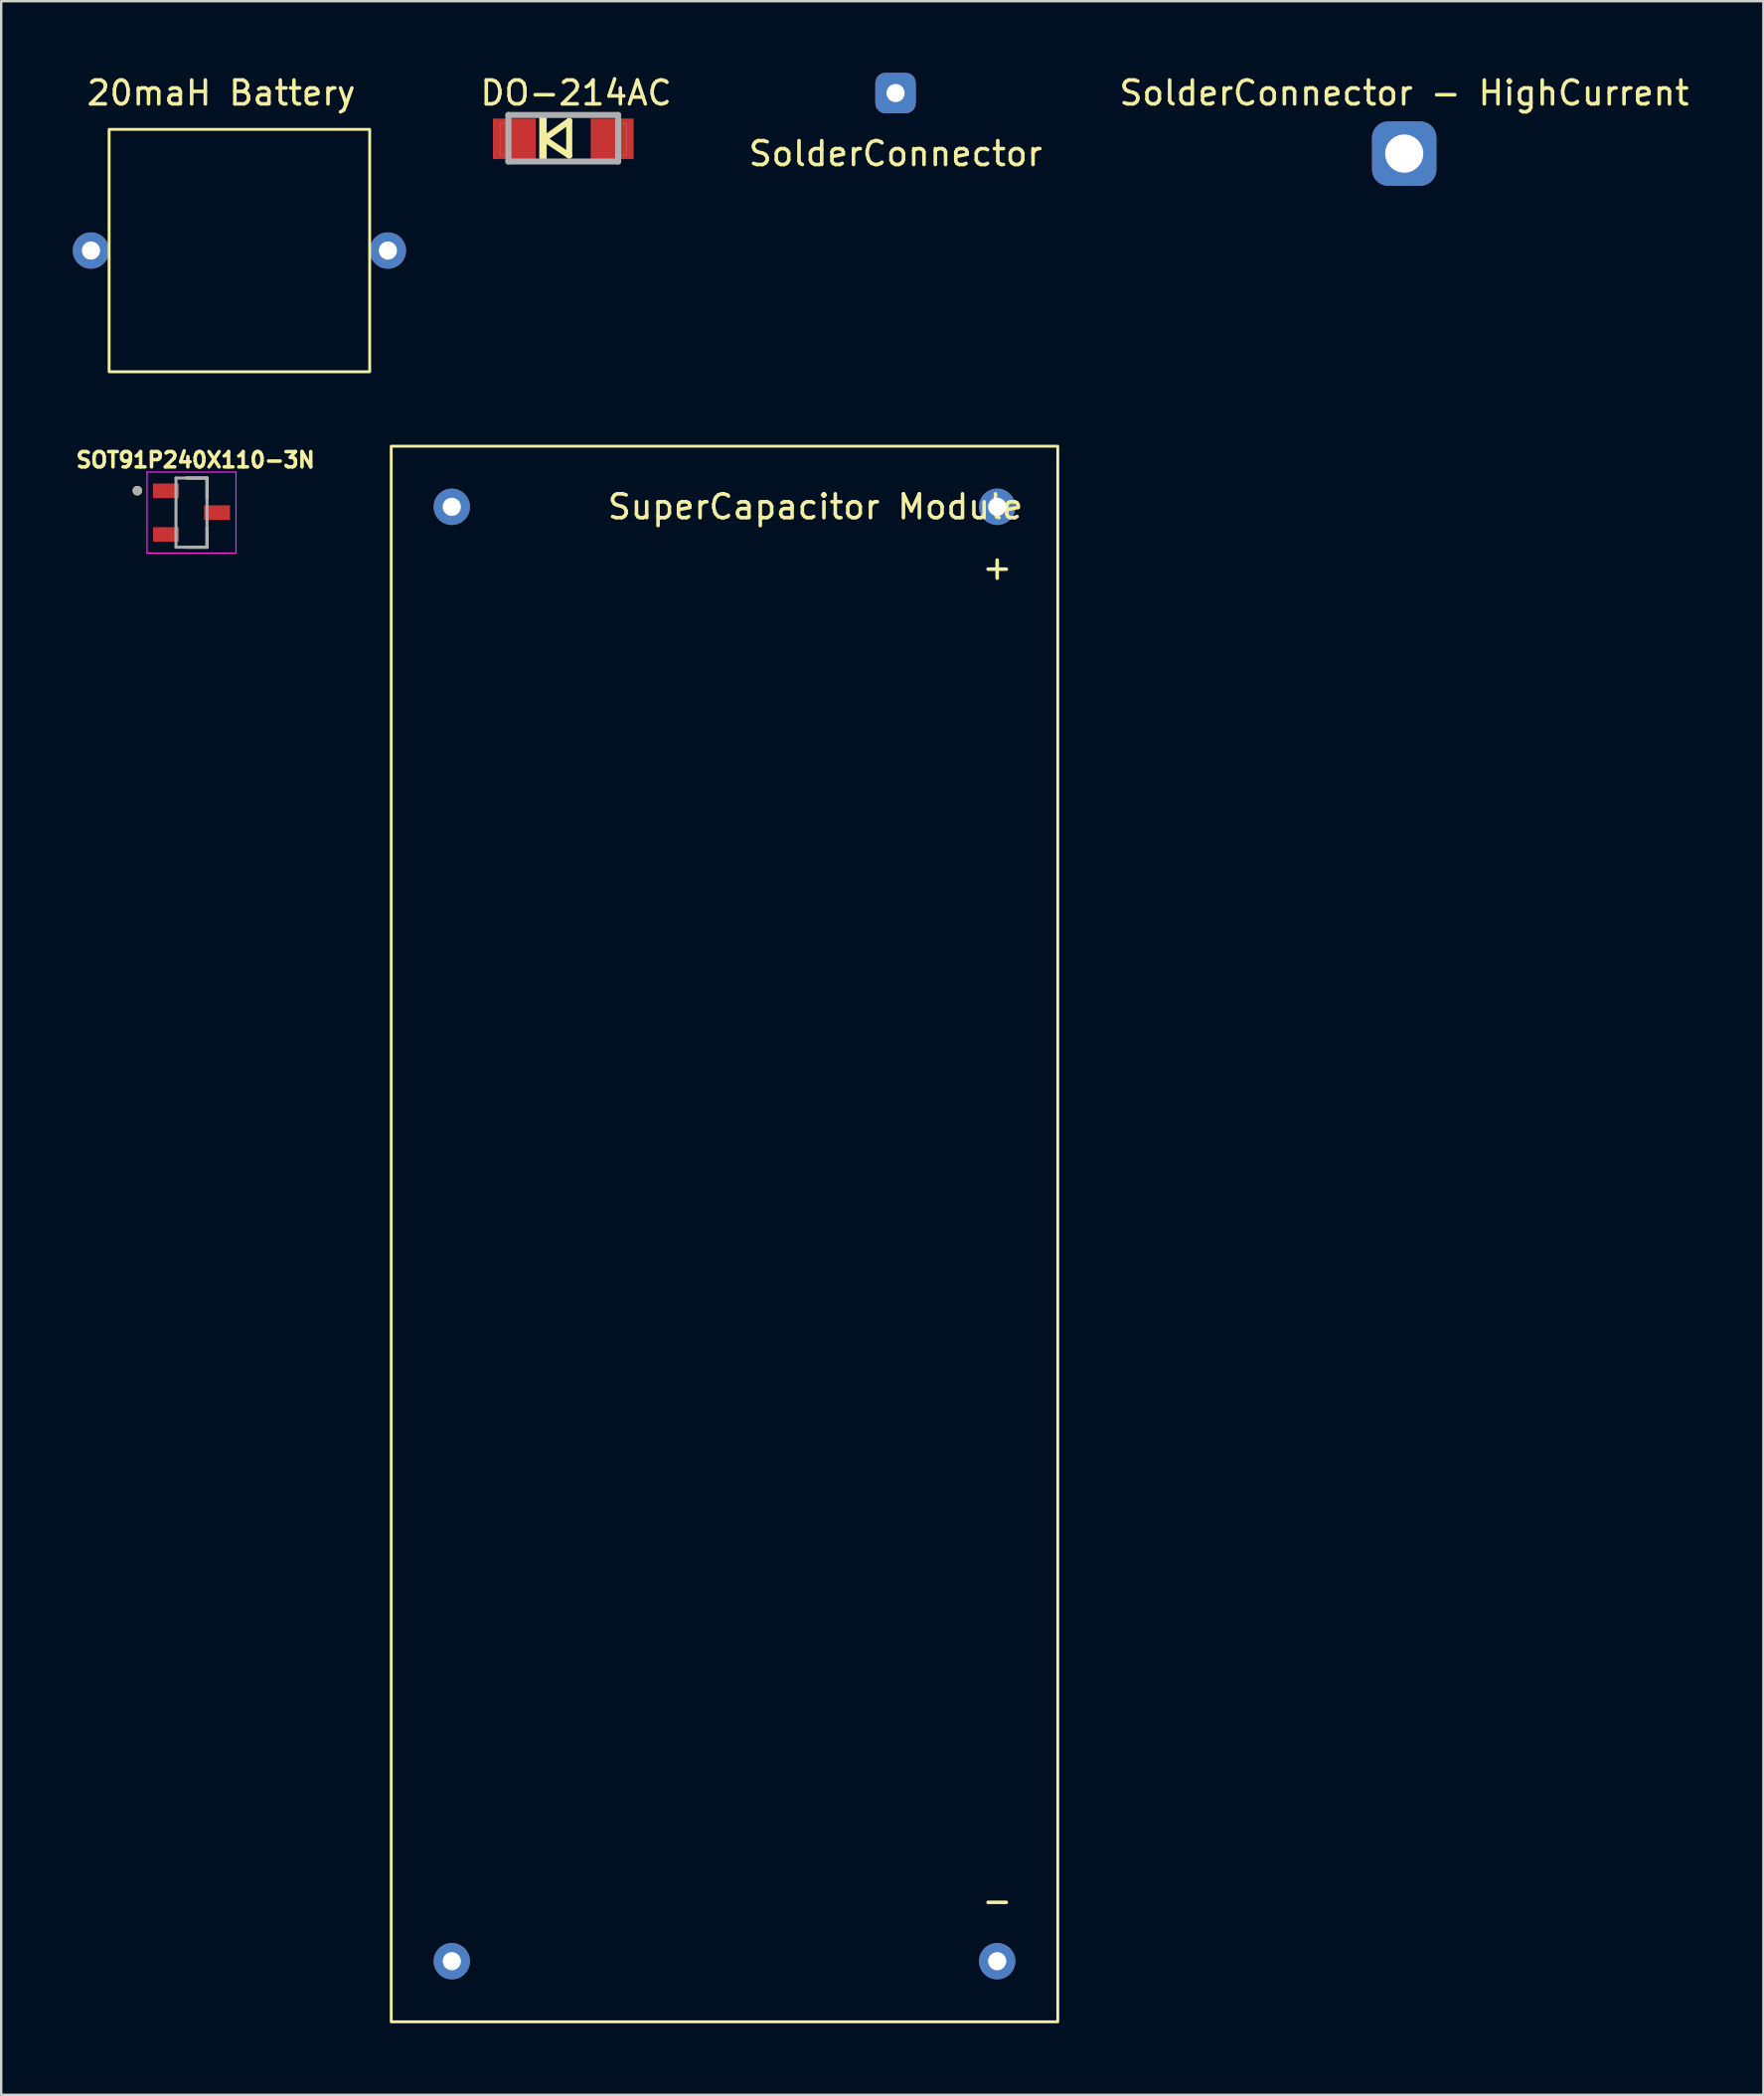
<source format=kicad_pcb>
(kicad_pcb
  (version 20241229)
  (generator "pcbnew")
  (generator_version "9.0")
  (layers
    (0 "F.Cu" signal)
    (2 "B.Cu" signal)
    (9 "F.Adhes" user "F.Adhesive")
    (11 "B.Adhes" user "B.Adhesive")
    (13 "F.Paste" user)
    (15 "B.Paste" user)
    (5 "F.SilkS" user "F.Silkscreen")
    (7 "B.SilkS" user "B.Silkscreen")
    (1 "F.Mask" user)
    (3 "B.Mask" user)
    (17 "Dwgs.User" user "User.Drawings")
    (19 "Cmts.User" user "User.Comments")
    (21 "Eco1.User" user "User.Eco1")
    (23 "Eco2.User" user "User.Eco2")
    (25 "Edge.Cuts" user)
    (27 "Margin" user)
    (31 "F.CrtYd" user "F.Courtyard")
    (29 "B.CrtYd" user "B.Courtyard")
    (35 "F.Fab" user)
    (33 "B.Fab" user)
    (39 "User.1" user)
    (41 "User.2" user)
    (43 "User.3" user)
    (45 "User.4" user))
  (footprint "SOT91P240X110-3N"
    (layer "F.Cu")
    (at 4.977 18.436)
    (property "Reference" "SOT91P240X110-3N" (at 0.167 -2.206 0) (layer "F.SilkS") (effects (font (size 0.64 0.64) (thickness 0.15))))
    (attr through_hole)
    (fp_line (start -0.205 1.45) (end 0.65 1.45) (stroke (width 0.127) (type solid)) (layer "F.SilkS"))
    (fp_line (start 0.65 -1.45) (end -0.205 -1.45) (stroke (width 0.127) (type solid)) (layer "F.SilkS"))
    (fp_line (start 0.65 -0.625) (end 0.65 -1.45) (stroke (width 0.127) (type solid)) (layer "F.SilkS"))
    (fp_line (start 0.65 1.45) (end 0.65 0.625) (stroke (width 0.127) (type solid)) (layer "F.SilkS"))
    (fp_circle (center -2.27 -0.92) (end -2.17 -0.92) (stroke (width 0.2) (type solid)) (fill no) (layer "F.SilkS"))
    (fp_line (start -1.865 -1.7) (end -1.865 1.7) (stroke (width 0.05) (type solid)) (layer "F.CrtYd"))
    (fp_line (start -1.865 1.7) (end 1.865 1.7) (stroke (width 0.05) (type solid)) (layer "F.CrtYd"))
    (fp_line (start 1.865 -1.7) (end -1.865 -1.7) (stroke (width 0.05) (type solid)) (layer "F.CrtYd"))
    (fp_line (start 1.865 1.7) (end 1.865 -1.7) (stroke (width 0.05) (type solid)) (layer "F.CrtYd"))
    (fp_line (start -0.65 -1.45) (end -0.65 1.45) (stroke (width 0.127) (type solid)) (layer "F.Fab"))
    (fp_line (start -0.65 1.45) (end 0.65 1.45) (stroke (width 0.127) (type solid)) (layer "F.Fab"))
    (fp_line (start 0.65 -1.45) (end -0.65 -1.45) (stroke (width 0.127) (type solid)) (layer "F.Fab"))
    (fp_line (start 0.65 1.45) (end 0.65 -1.45) (stroke (width 0.127) (type solid)) (layer "F.Fab"))
    (fp_circle (center -2.27 -0.92) (end -2.17 -0.92) (stroke (width 0.2) (type solid)) (fill no) (layer "F.Fab"))
    (pad "1" smd rect (at -1.07 -0.915) (size 1.09 0.61) (layers "F.Cu" "F.Mask" "F.Paste"))
    (pad "2" smd rect (at -1.07 0.915) (size 1.09 0.61) (layers "F.Cu" "F.Mask" "F.Paste"))
    (pad "3" smd rect (at 1.07 0) (size 1.09 0.61) (layers "F.Cu" "F.Mask" "F.Paste")))
  (footprint "SolderConnector - HighCurrent"
    (layer "F.Cu")
    (at 55.809 3.388)
    (property "Reference" "SolderConnector - HighCurrent" (at 0 -2.54 0) (unlocked yes) (layer "F.SilkS") (effects (font (size 1 1) (thickness 0.15))))
    (attr through_hole)
    (pad "1" thru_hole roundrect (at 0 0) (size 2.7 2.7) (drill 1.6) (layers "*.Cu" "*.Mask") (roundrect_rratio 0.25)))
  (footprint "SuperCapacitor Module"
    (layer "F.Cu")
    (at 28.588 35.972)
    (property "Reference" "SuperCapacitor Module" (at 2.54 -17.78 0) (unlocked yes) (layer "F.SilkS") (effects (font (size 1 1) (thickness 0.15))))
    (attr through_hole)
    (fp_rect (start -15.24 -20.32) (end 12.7 45.72) (stroke (width 0.12) (type solid)) (fill no) (layer "F.SilkS"))
    (fp_text user "+" (at 10.16 -15.24 0) (unlocked yes) (layer "F.SilkS") (effects (font (size 1 1) (thickness 0.15))))
    (fp_text user "-" (at 10.16 40.64 0) (unlocked yes) (layer "F.SilkS") (effects (font (size 1 1) (thickness 0.15))))
    (pad "1" thru_hole circle (at 10.16 -17.78) (size 1.524 1.524) (drill 0.762) (layers "*.Cu" "*.Mask"))
    (pad "2" thru_hole circle (at 10.16 43.18) (size 1.524 1.524) (drill 0.762) (layers "*.Cu" "*.Mask"))
    (pad "3" thru_hole circle (at -12.7 43.18) (size 1.524 1.524) (drill 0.762) (layers "*.Cu" "*.Mask"))
    (pad "4" thru_hole circle (at -12.7 -17.78) (size 1.524 1.524) (drill 0.762) (layers "*.Cu" "*.Mask")))
  (footprint "DO-214AC"
    (layer "F.Cu")
    (at 20.56 2.769)
    (property "Reference" "DO-214AC" (at 0.535 -1.921 0) (layer "F.SilkS") (effects (font (size 1 1) (thickness 0.15))))
    (attr through_hole)
    (fp_line (start -0.8 0) (end 0.25 -0.75) (stroke (width 0.254) (type solid)) (layer "F.SilkS"))
    (fp_line (start 0.25 -0.75) (end 0.25 0.7) (stroke (width 0.254) (type solid)) (layer "F.SilkS"))
    (fp_line (start 0.25 0.7) (end -0.8 0) (stroke (width 0.254) (type solid)) (layer "F.SilkS"))
    (fp_poly (pts (xy -1 -1.05) (xy -0.7 -1.05) (xy -0.7 1.05) (xy -1 1.05)) (stroke (width 0.01) (type solid)) (fill yes) (layer "F.SilkS"))
    (fp_line (start -2.3 -1) (end 2.3 -1) (stroke (width 0.254) (type solid)) (layer "F.Fab"))
    (fp_line (start -2.3 0.95) (end -2.3 -1) (stroke (width 0.254) (type solid)) (layer "F.Fab"))
    (fp_line (start 2.3 -1) (end 2.3 0.95) (stroke (width 0.254) (type solid)) (layer "F.Fab"))
    (fp_line (start 2.3 0.95) (end -2.3 0.95) (stroke (width 0.254) (type solid)) (layer "F.Fab"))
    (fp_poly (pts (xy -2.65 -0.65) (xy -2.4 -0.65) (xy -2.4 0.7) (xy -2.65 0.7)) (stroke (width 0.01) (type solid)) (fill no) (layer "F.Fab"))
    (fp_poly (pts (xy 2.4 -0.65) (xy 2.65 -0.65) (xy 2.65 0.7) (xy 2.4 0.7)) (stroke (width 0.01) (type solid)) (fill no) (layer "F.Fab"))
    (pad "1" smd rect (at -2.05 0) (size 1.8 1.7) (layers "F.Cu" "F.Mask" "F.Paste"))
    (pad "2" smd rect (at 2.05 0) (size 1.8 1.7) (layers "F.Cu" "F.Mask" "F.Paste")))
  (footprint "20maH Battery"
    (layer "F.Cu")
    (at 5.842 7.452)
    (property "Reference" "20maH Battery" (at 0.381 -6.604 0) (unlocked yes) (layer "F.SilkS") (effects (font (size 1 1) (thickness 0.15))))
    (attr through_hole)
    (fp_rect (start -4.318 -5.08) (end 6.604 5.08) (stroke (width 0.12) (type solid)) (fill no) (layer "F.SilkS"))
    (pad "1" thru_hole circle (at -5.08 0) (size 1.524 1.524) (drill 0.762) (layers "*.Cu" "*.Mask"))
    (pad "2" thru_hole circle (at 7.366 0) (size 1.524 1.524) (drill 0.762) (layers "*.Cu" "*.Mask")))
  (footprint "SolderConnector"
    (layer "F.Cu")
    (at 34.488 0.85)
    (property "Reference" "SolderConnector" (at 0 2.54 0) (unlocked yes) (layer "F.SilkS") (effects (font (size 1 1) (thickness 0.15))))
    (attr through_hole)
    (pad "1" thru_hole roundrect (at 0 0) (size 1.7 1.7) (drill 0.762) (layers "*.Cu" "*.Mask") (roundrect_rratio 0.25)))
  (gr_rect
    (start -3 -3)
    (end 70.863 84.752)
    (stroke (width 0.1) (type default))
    (fill no)
    (layer "Edge.Cuts")))
</source>
